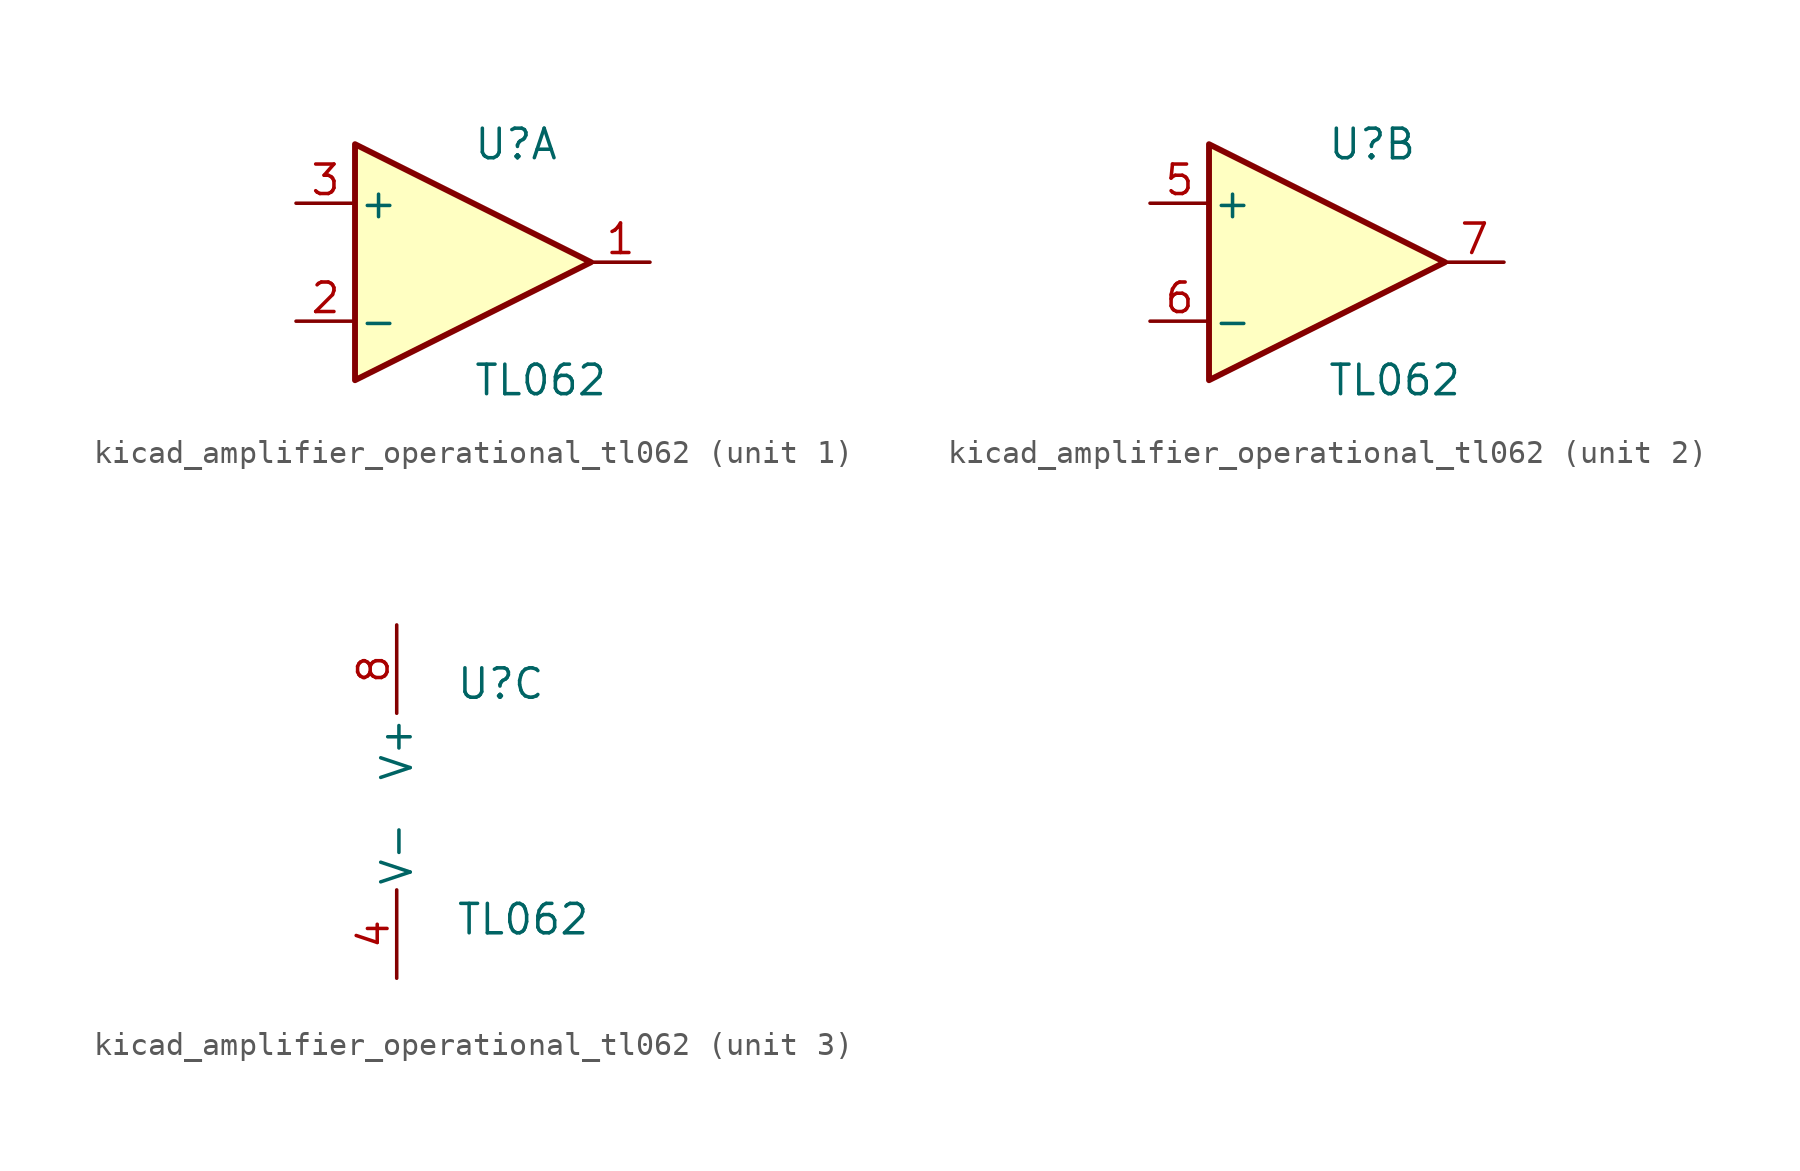
<source format=kicad_sym>
(kicad_symbol_lib
  (version 20220914)
  (generator kicad_symbol_editor)
  (symbol "kicad_amplifier_operational_tl062"
    (pin_names
      (offset 0.127))
    (property "Reference" "U"
      (at 0 5.08 0)
      (effects (font (size 1.27 1.27)) (justify left)))
    (property "Value" "TL062"
      (at 0 -5.08 0)
      (effects (font (size 1.27 1.27)) (justify left)))
    (property "ki_locked" ""
      (at 0 0 0)
      (effects (font (size 1.27 1.27))))
    (symbol "kicad_amplifier_operational_tl062_1_1"
      (polyline (pts (xy -5.08 5.08) (xy 5.08 0) (xy -5.08 -5.08) (xy -5.08 5.08)) (stroke (width 0.254) (type default)) (fill (type background)))
      (pin output line (at 7.62 0 180) (length 2.54) (name "~" (effects (font (size 1.27 1.27)))) (number "1" (effects (font (size 1.27 1.27)))))
      (pin input line (at -7.62 -2.54 0) (length 2.54) (name "-" (effects (font (size 1.27 1.27)))) (number "2" (effects (font (size 1.27 1.27)))))
      (pin input line (at -7.62 2.54 0) (length 2.54) (name "+" (effects (font (size 1.27 1.27)))) (number "3" (effects (font (size 1.27 1.27))))))
    (symbol "kicad_amplifier_operational_tl062_2_1"
      (polyline (pts (xy -5.08 5.08) (xy 5.08 0) (xy -5.08 -5.08) (xy -5.08 5.08)) (stroke (width 0.254) (type default)) (fill (type background)))
      (pin input line (at -7.62 2.54 0) (length 2.54) (name "+" (effects (font (size 1.27 1.27)))) (number "5" (effects (font (size 1.27 1.27)))))
      (pin input line (at -7.62 -2.54 0) (length 2.54) (name "-" (effects (font (size 1.27 1.27)))) (number "6" (effects (font (size 1.27 1.27)))))
      (pin output line (at 7.62 0 180) (length 2.54) (name "~" (effects (font (size 1.27 1.27)))) (number "7" (effects (font (size 1.27 1.27))))))
    (symbol "kicad_amplifier_operational_tl062_3_1"
      (pin power_in line (at -2.54 -7.62 90) (length 3.81) (name "V-" (effects (font (size 1.27 1.27)))) (number "4" (effects (font (size 1.27 1.27)))))
      (pin power_in line (at -2.54 7.62 270) (length 3.81) (name "V+" (effects (font (size 1.27 1.27)))) (number "8" (effects (font (size 1.27 1.27))))))))
</source>
